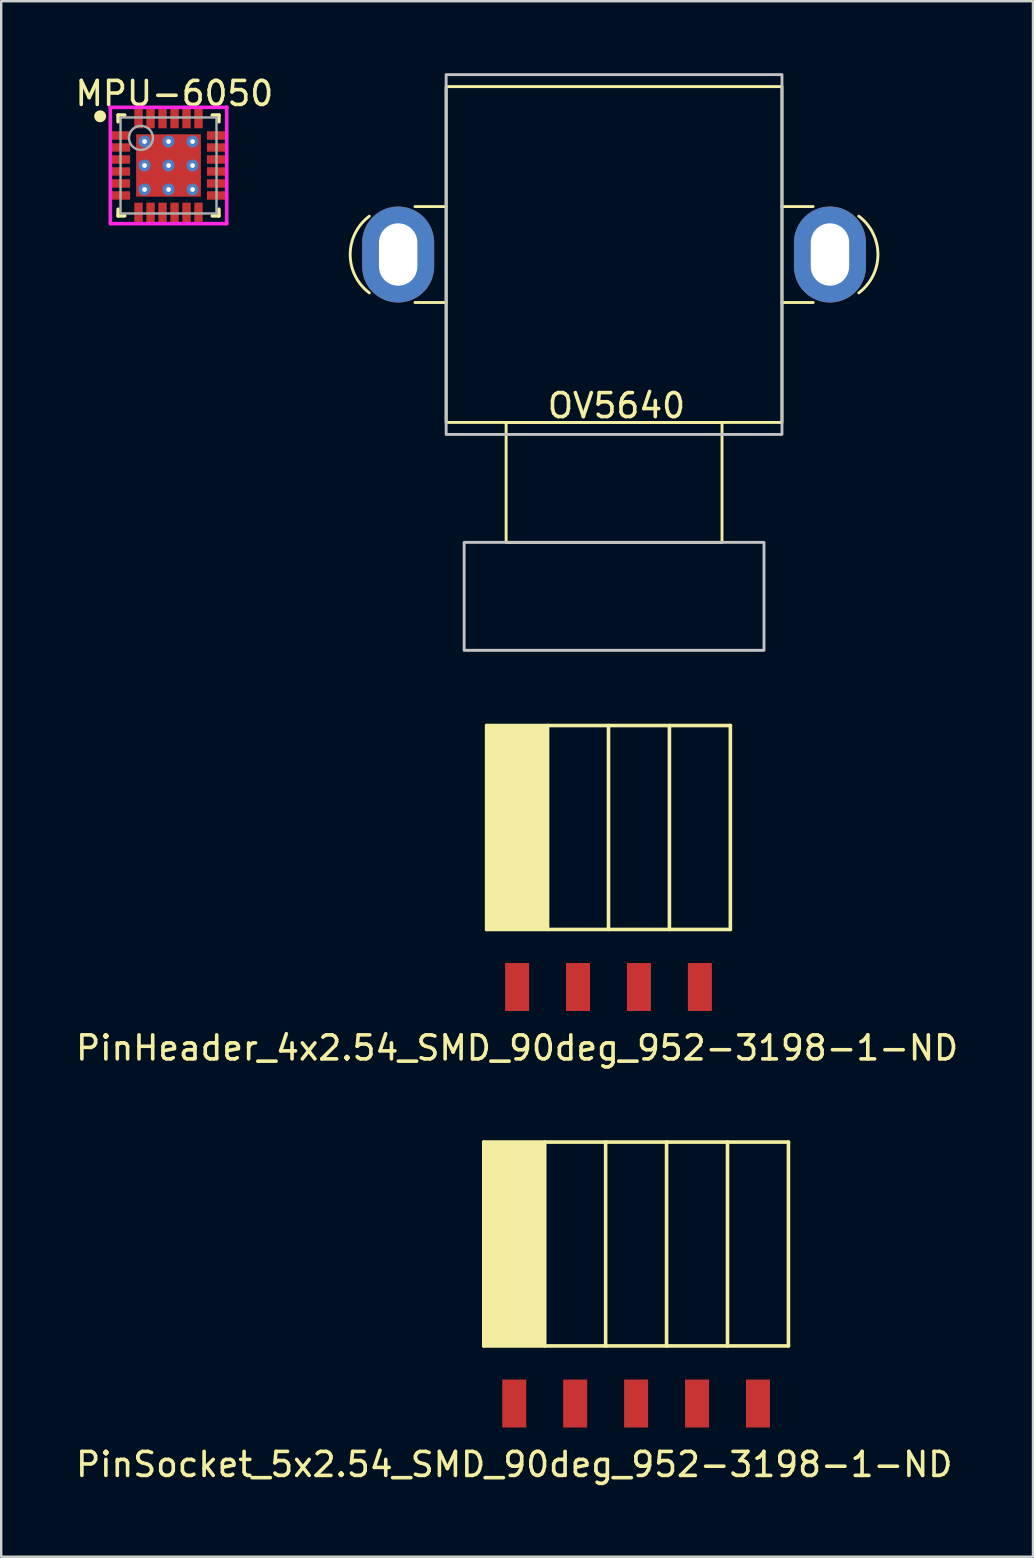
<source format=kicad_pcb>
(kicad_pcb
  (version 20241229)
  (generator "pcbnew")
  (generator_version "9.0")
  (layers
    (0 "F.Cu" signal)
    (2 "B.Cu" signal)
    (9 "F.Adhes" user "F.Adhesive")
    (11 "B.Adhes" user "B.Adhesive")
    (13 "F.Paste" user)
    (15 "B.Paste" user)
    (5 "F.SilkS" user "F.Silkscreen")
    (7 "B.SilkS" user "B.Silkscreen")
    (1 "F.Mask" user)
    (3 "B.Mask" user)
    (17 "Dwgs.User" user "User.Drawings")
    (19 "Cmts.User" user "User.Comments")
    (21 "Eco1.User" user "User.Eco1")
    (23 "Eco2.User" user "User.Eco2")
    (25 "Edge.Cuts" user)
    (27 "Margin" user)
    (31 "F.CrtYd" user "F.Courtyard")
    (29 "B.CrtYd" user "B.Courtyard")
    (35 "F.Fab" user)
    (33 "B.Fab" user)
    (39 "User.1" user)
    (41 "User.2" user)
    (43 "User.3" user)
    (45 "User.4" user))
  (footprint "MPU-6050"
    (layer "F.Cu")
    (at 3.975 3.848)
    (property "Reference" "MPU-6050" (at -3.975 -3 0) (layer "F.SilkS") (effects (font (size 1 1) (thickness 0.15)) (justify left)))
    (attr through_hole)
    (fp_line (start -2.1 -2.1) (end -1.825 -2.1) (stroke (width 0.15) (type solid)) (layer "F.SilkS"))
    (fp_line (start -2.1 -1.825) (end -2.1 -2.1) (stroke (width 0.15) (type solid)) (layer "F.SilkS"))
    (fp_line (start -2.1 2.1) (end -2.1 1.825) (stroke (width 0.15) (type solid)) (layer "F.SilkS"))
    (fp_line (start -2.1 2.1) (end -1.825 2.1) (stroke (width 0.15) (type solid)) (layer "F.SilkS"))
    (fp_line (start 1.825 -2.1) (end 2.1 -2.1) (stroke (width 0.15) (type solid)) (layer "F.SilkS"))
    (fp_line (start 1.825 2.1) (end 2.1 2.1) (stroke (width 0.15) (type solid)) (layer "F.SilkS"))
    (fp_line (start 2.1 -1.825) (end 2.1 -2.1) (stroke (width 0.15) (type solid)) (layer "F.SilkS"))
    (fp_line (start 2.1 2.1) (end 2.1 1.825) (stroke (width 0.15) (type solid)) (layer "F.SilkS"))
    (fp_circle (center -2.85 -2.05) (end -2.725 -2.05) (stroke (width 0.25) (type solid)) (fill no) (layer "F.SilkS"))
    (fp_line (start -2.425 -2.425) (end -2.425 2.425) (stroke (width 0.15) (type solid)) (layer "F.CrtYd"))
    (fp_line (start -2.425 2.425) (end 2.425 2.425) (stroke (width 0.15) (type solid)) (layer "F.CrtYd"))
    (fp_line (start 2.425 -2.425) (end -2.425 -2.425) (stroke (width 0.15) (type solid)) (layer "F.CrtYd"))
    (fp_line (start 2.425 -2.425) (end 2.425 -2.425) (stroke (width 0.15) (type solid)) (layer "F.CrtYd"))
    (fp_line (start 2.425 2.425) (end 2.425 -2.425) (stroke (width 0.15) (type solid)) (layer "F.CrtYd"))
    (fp_line (start -2 -2) (end 2 -2) (stroke (width 0.1) (type solid)) (layer "F.Fab"))
    (fp_line (start -2 2) (end -2 -2) (stroke (width 0.1) (type solid)) (layer "F.Fab"))
    (fp_line (start -2 2) (end 2 2) (stroke (width 0.1) (type solid)) (layer "F.Fab"))
    (fp_line (start 2 2) (end 2 -2) (stroke (width 0.1) (type solid)) (layer "F.Fab"))
    (fp_circle (center -1.15 -1.15) (end -0.65 -1.15) (stroke (width 0.1) (type solid)) (fill no) (layer "F.Fab"))
    (pad "1" smd rect (at -2 -1.25 270) (size 0.35 0.8) (layers "F.Cu" "F.Mask" "F.Paste"))
    (pad "2" smd rect (at -2 -0.75 270) (size 0.35 0.8) (layers "F.Cu" "F.Mask" "F.Paste"))
    (pad "3" smd rect (at -2 -0.25 270) (size 0.35 0.8) (layers "F.Cu" "F.Mask" "F.Paste"))
    (pad "4" smd rect (at -2 0.25 270) (size 0.35 0.8) (layers "F.Cu" "F.Mask" "F.Paste"))
    (pad "5" smd rect (at -2 0.75 270) (size 0.35 0.8) (layers "F.Cu" "F.Mask" "F.Paste"))
    (pad "6" smd rect (at -2 1.25 270) (size 0.35 0.8) (layers "F.Cu" "F.Mask" "F.Paste"))
    (pad "7" smd rect (at -1.25 1.975) (size 0.35 0.85) (layers "F.Cu" "F.Mask" "F.Paste"))
    (pad "8" smd rect (at -0.75 1.975) (size 0.35 0.85) (layers "F.Cu" "F.Mask" "F.Paste"))
    (pad "9" smd rect (at -0.25 1.975) (size 0.35 0.85) (layers "F.Cu" "F.Mask" "F.Paste"))
    (pad "10" smd rect (at 0.25 1.975) (size 0.35 0.85) (layers "F.Cu" "F.Mask" "F.Paste"))
    (pad "11" smd rect (at 0.75 1.975) (size 0.35 0.85) (layers "F.Cu" "F.Mask" "F.Paste"))
    (pad "12" smd rect (at 1.25 1.975) (size 0.35 0.85) (layers "F.Cu" "F.Mask" "F.Paste"))
    (pad "13" smd rect (at 2 1.25 270) (size 0.35 0.8) (layers "F.Cu" "F.Mask" "F.Paste"))
    (pad "14" smd rect (at 2 0.75 270) (size 0.35 0.8) (layers "F.Cu" "F.Mask" "F.Paste"))
    (pad "15" smd rect (at 2 0.25 270) (size 0.35 0.8) (layers "F.Cu" "F.Mask" "F.Paste"))
    (pad "16" smd rect (at 2 -0.25 270) (size 0.35 0.8) (layers "F.Cu" "F.Mask" "F.Paste"))
    (pad "17" smd rect (at 2 -0.75 270) (size 0.35 0.8) (layers "F.Cu" "F.Mask" "F.Paste"))
    (pad "18" smd rect (at 2 -1.25 270) (size 0.35 0.8) (layers "F.Cu" "F.Mask" "F.Paste"))
    (pad "19" smd rect (at 1.25 -1.975) (size 0.35 0.85) (layers "F.Cu" "F.Mask" "F.Paste"))
    (pad "20" smd rect (at 0.75 -1.975) (size 0.35 0.85) (layers "F.Cu" "F.Mask" "F.Paste"))
    (pad "21" smd rect (at 0.25 -1.975) (size 0.35 0.85) (layers "F.Cu" "F.Mask" "F.Paste"))
    (pad "22" smd rect (at -0.25 -1.975) (size 0.35 0.85) (layers "F.Cu" "F.Mask" "F.Paste"))
    (pad "23" smd rect (at -0.75 -1.975) (size 0.35 0.85) (layers "F.Cu" "F.Mask" "F.Paste"))
    (pad "24" smd rect (at -1.25 -1.975) (size 0.35 0.85) (layers "F.Cu" "F.Mask" "F.Paste"))
    (pad "25" smd rect (at 0 0) (size 2.7 2.6) (layers "F.Cu" "F.Mask" "F.Paste"))
    (pad "~" thru_hole circle (at -1 -1) (size 0.5 0.5) (drill 0.2) (layers "*.Cu"))
    (pad "~" thru_hole circle (at -1 0) (size 0.5 0.5) (drill 0.2) (layers "*.Cu"))
    (pad "~" thru_hole circle (at -1 1) (size 0.5 0.5) (drill 0.2) (layers "*.Cu"))
    (pad "~" thru_hole circle (at -0.000003 1) (size 0.5 0.5) (drill 0.2) (layers "*.Cu"))
    (pad "~" thru_hole circle (at 0 -1) (size 0.5 0.5) (drill 0.2) (layers "*.Cu"))
    (pad "~" thru_hole circle (at 0 0) (size 0.5 0.5) (drill 0.2) (layers "*.Cu"))
    (pad "~" thru_hole circle (at 1 -1) (size 0.5 0.5) (drill 0.2) (layers "*.Cu"))
    (pad "~" thru_hole circle (at 1 0) (size 0.5 0.5) (drill 0.2) (layers "*.Cu"))
    (pad "~" thru_hole circle (at 1 1) (size 0.5 0.5) (drill 0.2) (layers "*.Cu")))
  (footprint "PinHeader_4x2.54_SMD_90deg_952-3198-1-ND"
    (layer "F.Cu")
    (at 18.506 38.095)
    (property "Reference" "PinHeader_4x2.54_SMD_90deg_952-3198-1-ND" (at 0 2.54 0) (layer "F.SilkS") (effects (font (size 1 1) (thickness 0.15))))
    (attr through_hole)
    (fp_line (start -1.27 -10.9) (end 8.89 -10.9) (stroke (width 0.15) (type solid)) (layer "F.SilkS"))
    (fp_line (start -1.27 -2.4) (end -1.27 -10.9) (stroke (width 0.15) (type solid)) (layer "F.SilkS"))
    (fp_line (start -1.27 -2.4) (end 8.89 -2.4) (stroke (width 0.15) (type solid)) (layer "F.SilkS"))
    (fp_line (start 1.27 -2.4) (end 1.27 -10.9) (stroke (width 0.15) (type solid)) (layer "F.SilkS"))
    (fp_line (start 3.81 -2.4) (end 3.81 -10.9) (stroke (width 0.15) (type solid)) (layer "F.SilkS"))
    (fp_line (start 6.35 -2.4) (end 6.35 -10.9) (stroke (width 0.15) (type solid)) (layer "F.SilkS"))
    (fp_line (start 8.89 -2.4) (end 8.89 -10.9) (stroke (width 0.15) (type solid)) (layer "F.SilkS"))
    (fp_poly (pts (xy -1.219 -10.846) (xy 1.219 -10.846) (xy 1.219 -2.464) (xy -1.219 -2.464)) (stroke (width 0.15) (type solid)) (fill yes) (layer "F.SilkS"))
    (pad "1" smd rect (at 0 0) (size 1 2) (layers "F.Cu" "F.Mask" "F.Paste"))
    (pad "2" smd rect (at 2.54 0) (size 1 2) (layers "F.Cu" "F.Mask" "F.Paste"))
    (pad "3" smd rect (at 5.08 0) (size 1 2) (layers "F.Cu" "F.Mask" "F.Paste"))
    (pad "4" smd rect (at 7.62 0) (size 1 2) (layers "F.Cu" "F.Mask" "F.Paste")))
  (footprint "PinSocket_5x2.54_SMD_90deg_952-3198-1-ND"
    (layer "F.Cu")
    (at 18.387 55.458)
    (property "Reference" "PinSocket_5x2.54_SMD_90deg_952-3198-1-ND" (at 0 2.54 0) (layer "F.SilkS") (effects (font (size 1 1) (thickness 0.15))))
    (attr through_hole)
    (fp_line (start -1.27 -10.9) (end 11.43 -10.9) (stroke (width 0.15) (type solid)) (layer "F.SilkS"))
    (fp_line (start -1.27 -2.4) (end -1.27 -10.9) (stroke (width 0.15) (type solid)) (layer "F.SilkS"))
    (fp_line (start -1.27 -2.4) (end 11.43 -2.4) (stroke (width 0.15) (type solid)) (layer "F.SilkS"))
    (fp_line (start 1.27 -2.4) (end 1.27 -10.9) (stroke (width 0.15) (type solid)) (layer "F.SilkS"))
    (fp_line (start 3.81 -2.4) (end 3.81 -10.9) (stroke (width 0.15) (type solid)) (layer "F.SilkS"))
    (fp_line (start 6.35 -2.4) (end 6.35 -10.9) (stroke (width 0.15) (type solid)) (layer "F.SilkS"))
    (fp_line (start 8.89 -2.4) (end 8.89 -10.9) (stroke (width 0.15) (type solid)) (layer "F.SilkS"))
    (fp_line (start 11.43 -2.4) (end 11.43 -10.9) (stroke (width 0.15) (type solid)) (layer "F.SilkS"))
    (fp_poly (pts (xy -1.219 -10.846) (xy 1.219 -10.846) (xy 1.219 -2.464) (xy -1.219 -2.464)) (stroke (width 0.15) (type solid)) (fill yes) (layer "F.SilkS"))
    (pad "1" smd rect (at 0 0) (size 1 2) (layers "F.Cu" "F.Mask" "F.Paste"))
    (pad "2" smd rect (at 2.54 0) (size 1 2) (layers "F.Cu" "F.Mask" "F.Paste"))
    (pad "3" smd rect (at 5.08 0) (size 1 2) (layers "F.Cu" "F.Mask" "F.Paste"))
    (pad "4" smd rect (at 7.62 0) (size 1 2) (layers "F.Cu" "F.Mask" "F.Paste"))
    (pad "5" smd rect (at 10.16 0) (size 1 2) (layers "F.Cu" "F.Mask" "F.Paste")))
  (footprint "OV5640"
    (layer "F.Cu")
    (at 22.548 19.56)
    (property "Reference" "OV5640" (at 0.1 -5.7 0) (unlocked yes) (layer "F.SilkS") (effects (font (size 1 1) (thickness 0.15))))
    (attr through_hole)
    (fp_line (start -8.3 -14) (end -7 -14) (stroke (width 0.12) (type default)) (layer "F.SilkS"))
    (fp_line (start -8.3 -10) (end -7 -10) (stroke (width 0.12) (type default)) (layer "F.SilkS"))
    (fp_line (start 8.3 -14) (end 7 -14) (stroke (width 0.12) (type default)) (layer "F.SilkS"))
    (fp_line (start 8.3 -10) (end 7 -10) (stroke (width 0.12) (type default)) (layer "F.SilkS"))
    (fp_rect (start -7 -19) (end 7 -5) (stroke (width 0.12) (type default)) (fill no) (layer "F.SilkS"))
    (fp_rect (start -4.5 -5) (end 4.5 0) (stroke (width 0.12) (type default)) (fill no) (layer "F.SilkS"))
    (fp_arc (start -10.2 -10.4) (mid -11 -12) (end -10.2 -13.6) (stroke (width 0.12) (type default)) (layer "F.SilkS"))
    (fp_arc (start 10.2 -13.6) (mid 11 -12) (end 10.2 -10.4) (stroke (width 0.12) (type default)) (layer "F.SilkS"))
    (fp_rect (start -7 -19.5) (end 7 -4.5) (stroke (width 0.12) (type default)) (fill no) (layer "Dwgs.User"))
    (fp_rect (start -6.25 0) (end 6.25 4.5) (stroke (width 0.12) (type default)) (fill no) (layer "Dwgs.User"))
    (pad "1" thru_hole oval (at 9 -12) (size 3 4) (drill oval 1.6 2.6) (layers "*.Cu" "*.Mask"))
    (pad "2" thru_hole oval (at -9 -12) (size 3 4) (drill oval 1.6 2.6) (layers "*.Cu" "*.Mask")))
  (gr_rect
    (start -3 -3)
    (end 40.012 61.846)
    (stroke (width 0.1) (type default))
    (fill no)
    (layer "Edge.Cuts")))
</source>
